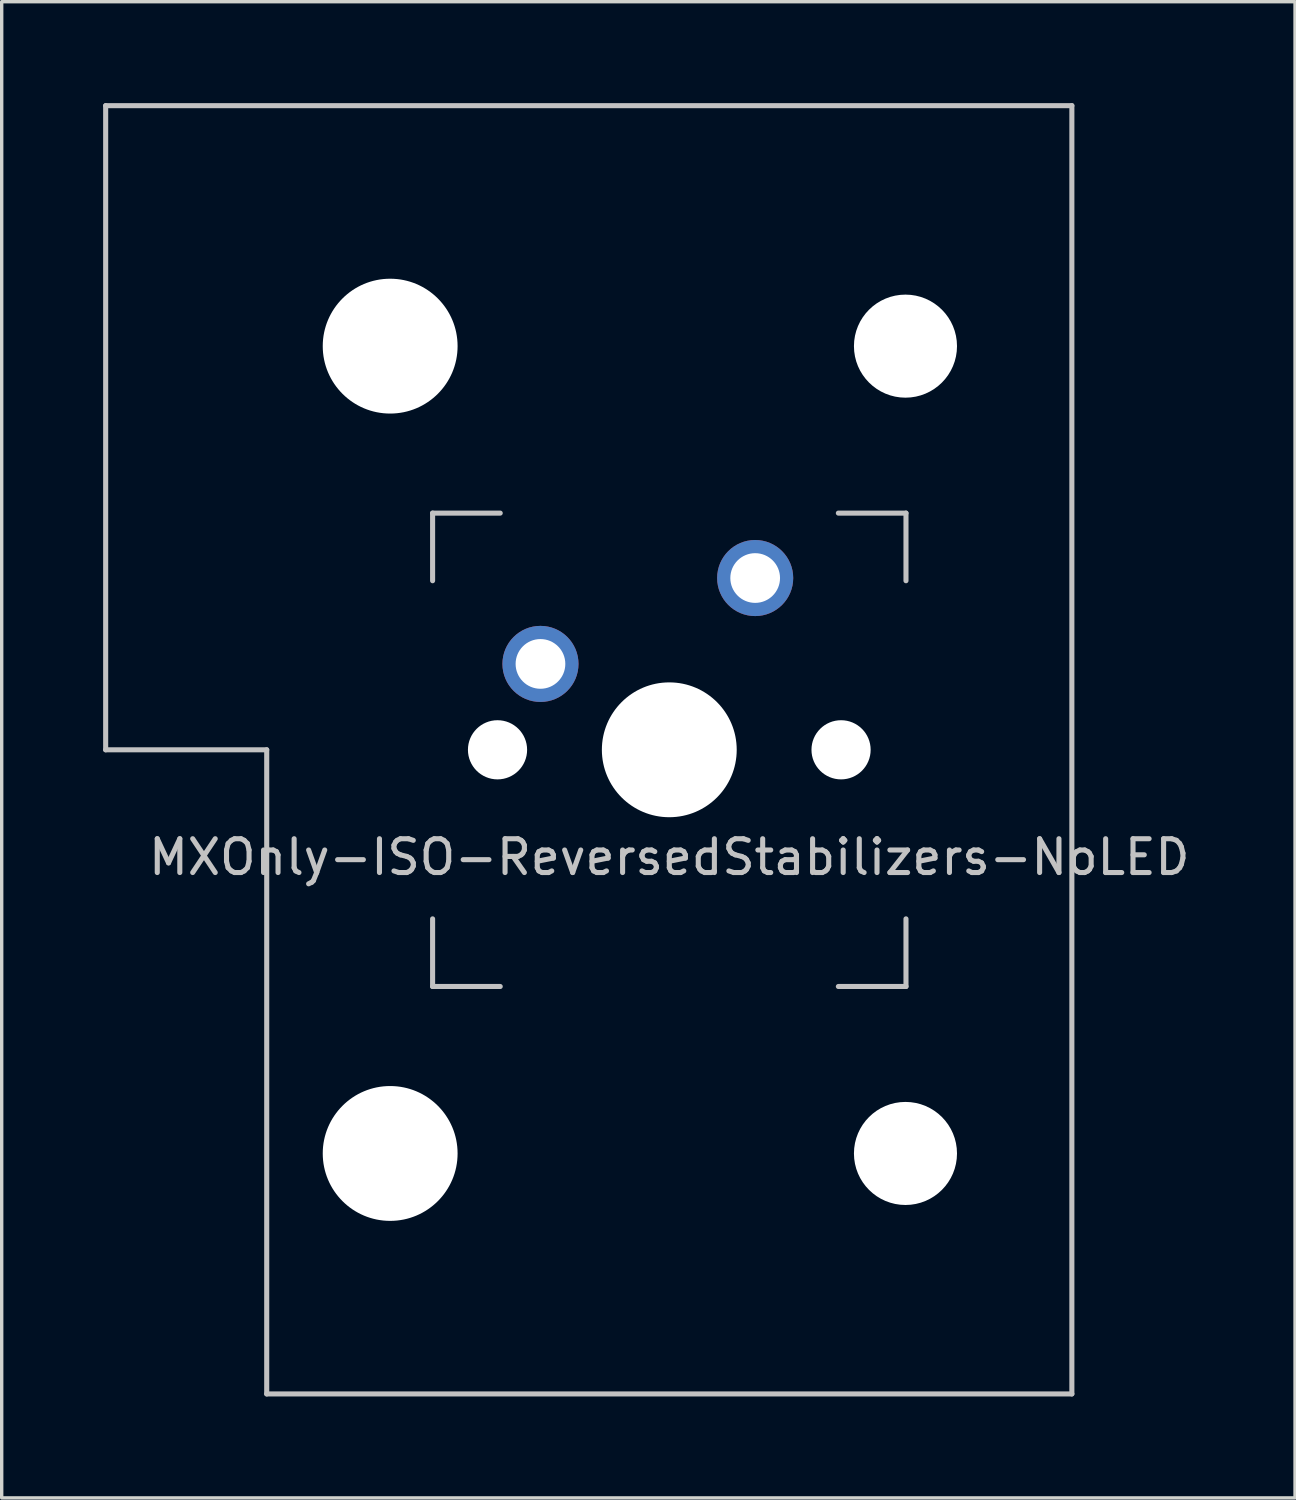
<source format=kicad_pcb>
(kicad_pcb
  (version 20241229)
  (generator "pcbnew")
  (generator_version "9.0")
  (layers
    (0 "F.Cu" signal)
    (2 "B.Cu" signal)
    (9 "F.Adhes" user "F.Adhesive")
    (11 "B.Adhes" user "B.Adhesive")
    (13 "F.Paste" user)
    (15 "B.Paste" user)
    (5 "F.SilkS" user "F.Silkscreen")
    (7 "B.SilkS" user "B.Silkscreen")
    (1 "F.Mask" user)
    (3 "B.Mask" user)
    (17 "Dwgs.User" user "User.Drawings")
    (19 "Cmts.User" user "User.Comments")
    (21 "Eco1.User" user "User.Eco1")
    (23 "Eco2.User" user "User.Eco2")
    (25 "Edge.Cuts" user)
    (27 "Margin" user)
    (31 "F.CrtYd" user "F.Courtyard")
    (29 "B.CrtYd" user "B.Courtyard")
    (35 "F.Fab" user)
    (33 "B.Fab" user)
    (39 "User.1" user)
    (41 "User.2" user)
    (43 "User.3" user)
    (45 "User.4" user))
  (footprint "MXOnly-ISO-ReversedStabilizers-NoLED"
    (layer "F.Cu")
    (at 16.744 19.125)
    (property "Reference" "MXOnly-ISO-ReversedStabilizers-NoLED" (at 0 3.175 0) (layer "Dwgs.User") (effects (font (size 1 1) (thickness 0.15))))
    (attr through_hole)
    (fp_line (start -16.669 -19.05) (end -16.669 0) (stroke (width 0.15) (type solid)) (layer "Dwgs.User"))
    (fp_line (start -16.669 -19.05) (end 11.906 -19.05) (stroke (width 0.15) (type solid)) (layer "Dwgs.User"))
    (fp_line (start -11.906 0) (end -16.669 0) (stroke (width 0.15) (type solid)) (layer "Dwgs.User"))
    (fp_line (start -11.906 19.05) (end -11.906 0) (stroke (width 0.15) (type solid)) (layer "Dwgs.User"))
    (fp_line (start -11.906 19.05) (end 11.906 19.05) (stroke (width 0.15) (type solid)) (layer "Dwgs.User"))
    (fp_line (start -7 -7) (end -7 -5) (stroke (width 0.15) (type solid)) (layer "Dwgs.User"))
    (fp_line (start -7 5) (end -7 7) (stroke (width 0.15) (type solid)) (layer "Dwgs.User"))
    (fp_line (start -7 7) (end -5 7) (stroke (width 0.15) (type solid)) (layer "Dwgs.User"))
    (fp_line (start -5 -7) (end -7 -7) (stroke (width 0.15) (type solid)) (layer "Dwgs.User"))
    (fp_line (start 5 -7) (end 7 -7) (stroke (width 0.15) (type solid)) (layer "Dwgs.User"))
    (fp_line (start 5 7) (end 7 7) (stroke (width 0.15) (type solid)) (layer "Dwgs.User"))
    (fp_line (start 7 -7) (end 7 -5) (stroke (width 0.15) (type solid)) (layer "Dwgs.User"))
    (fp_line (start 7 7) (end 7 5) (stroke (width 0.15) (type solid)) (layer "Dwgs.User"))
    (fp_line (start 11.906 -19.05) (end 11.906 19.05) (stroke (width 0.15) (type solid)) (layer "Dwgs.User"))
    (pad "" np_thru_hole circle (at -8.255 -11.938) (size 3.988 3.988) (drill 3.988) (layers "*.Cu" "*.Mask"))
    (pad "" np_thru_hole circle (at -8.255 11.938) (size 3.988 3.988) (drill 3.988) (layers "*.Cu" "*.Mask"))
    (pad "" np_thru_hole circle (at -5.08 0 48.1) (size 1.75 1.75) (drill 1.75) (layers "*.Cu" "*.Mask"))
    (pad "" np_thru_hole circle (at 0 0) (size 3.988 3.988) (drill 3.988) (layers "*.Cu" "*.Mask"))
    (pad "" np_thru_hole circle (at 5.08 0 48.1) (size 1.75 1.75) (drill 1.75) (layers "*.Cu" "*.Mask"))
    (pad "" np_thru_hole circle (at 6.985 -11.938) (size 3.048 3.048) (drill 3.048) (layers "*.Cu" "*.Mask"))
    (pad "" np_thru_hole circle (at 6.985 11.938) (size 3.048 3.048) (drill 3.048) (layers "*.Cu" "*.Mask"))
    (pad "1" thru_hole circle (at -3.81 -2.54) (size 2.25 2.25) (drill 1.47) (layers "*.Cu" "B.Mask"))
    (pad "2" thru_hole circle (at 2.54 -5.08) (size 2.25 2.25) (drill 1.47) (layers "*.Cu" "B.Mask")))
  (gr_rect
    (start -3 -3)
    (end 35.25 41.25)
    (stroke (width 0.1) (type default))
    (fill no)
    (layer "Edge.Cuts")))
</source>
